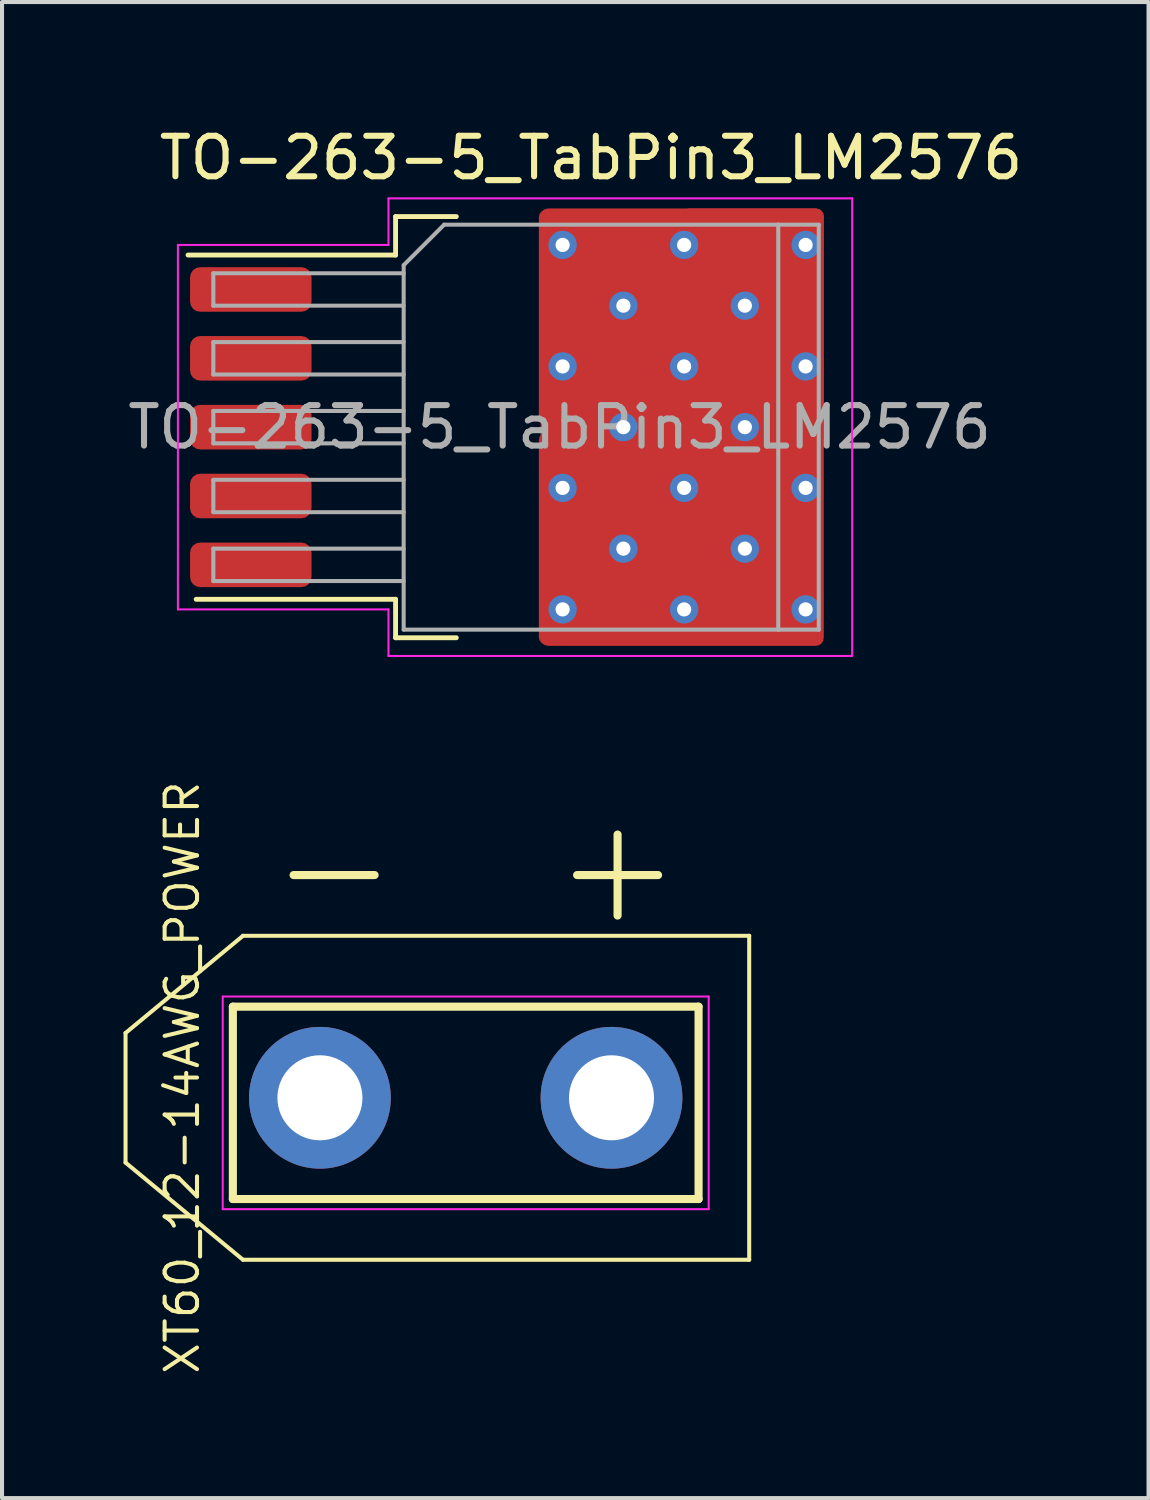
<source format=kicad_pcb>
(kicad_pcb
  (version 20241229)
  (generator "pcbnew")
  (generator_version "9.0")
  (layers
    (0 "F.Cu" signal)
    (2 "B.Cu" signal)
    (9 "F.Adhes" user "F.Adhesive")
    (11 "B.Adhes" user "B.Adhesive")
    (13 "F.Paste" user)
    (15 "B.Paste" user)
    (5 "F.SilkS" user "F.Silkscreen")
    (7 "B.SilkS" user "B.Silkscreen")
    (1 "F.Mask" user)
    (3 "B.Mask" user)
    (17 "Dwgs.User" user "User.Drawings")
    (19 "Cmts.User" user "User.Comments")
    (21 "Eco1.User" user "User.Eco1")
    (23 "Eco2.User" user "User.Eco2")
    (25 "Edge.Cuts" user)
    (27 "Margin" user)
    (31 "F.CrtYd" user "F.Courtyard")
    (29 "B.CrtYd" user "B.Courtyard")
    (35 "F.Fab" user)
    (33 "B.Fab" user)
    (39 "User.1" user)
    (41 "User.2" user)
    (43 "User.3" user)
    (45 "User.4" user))
  (footprint "XT60_12-14AWG_POWER"
    (layer "F.Cu")
    (at 8.45 24.058)
    (property "Reference" "XT60_12-14AWG_POWER" (at -7 -0.5 90) (layer "F.SilkS") (effects (font (size 0.8 0.8) (thickness 0.1))))
    (attr through_hole)
    (fp_line (start -8.4 -1.6) (end -8.4 1.6) (stroke (width 0.1) (type default)) (layer "F.SilkS"))
    (fp_line (start -5.75 2.5) (end -5.75 -2.25) (stroke (width 0.2) (type solid)) (layer "F.SilkS"))
    (fp_line (start -5.5 -4) (end -8.4 -1.6) (stroke (width 0.1) (type default)) (layer "F.SilkS"))
    (fp_line (start -5.5 4) (end -8.4 1.6) (stroke (width 0.1) (type default)) (layer "F.SilkS"))
    (fp_line (start -4.25 -5.5) (end -2.25 -5.5) (stroke (width 0.2) (type solid)) (layer "F.SilkS"))
    (fp_line (start 2.75 -5.5) (end 4.75 -5.5) (stroke (width 0.2) (type solid)) (layer "F.SilkS"))
    (fp_line (start 3.75 -6.5) (end 3.75 -4.5) (stroke (width 0.2) (type solid)) (layer "F.SilkS"))
    (fp_line (start 5.75 -2.25) (end -5.75 -2.25) (stroke (width 0.2) (type solid)) (layer "F.SilkS"))
    (fp_line (start 5.75 2.5) (end -5.75 2.5) (stroke (width 0.2) (type solid)) (layer "F.SilkS"))
    (fp_line (start 5.75 2.5) (end 5.75 -2.25) (stroke (width 0.2) (type solid)) (layer "F.SilkS"))
    (fp_line (start 7 -4) (end -5.5 -4) (stroke (width 0.1) (type default)) (layer "F.SilkS"))
    (fp_line (start 7 -4) (end 7 4) (stroke (width 0.1) (type default)) (layer "F.SilkS"))
    (fp_line (start 7 4) (end -5.5 4) (stroke (width 0.1) (type default)) (layer "F.SilkS"))
    (fp_line (start -6 -2.5) (end 6 -2.5) (stroke (width 0.05) (type default)) (layer "F.CrtYd"))
    (fp_line (start -6 2.75) (end -6 -2.5) (stroke (width 0.05) (type default)) (layer "F.CrtYd"))
    (fp_line (start 6 -2.5) (end 6 2.75) (stroke (width 0.05) (type default)) (layer "F.CrtYd"))
    (fp_line (start 6 2.75) (end -6 2.75) (stroke (width 0.05) (type default)) (layer "F.CrtYd"))
    (pad "1" thru_hole circle (at -3.6 0) (size 3.5 3.5) (drill 2.1) (layers "*.Cu" "*.Mask"))
    (pad "2" thru_hole circle (at 3.6 0) (size 3.5 3.5) (drill 2.1) (layers "*.Cu" "*.Mask")))
  (footprint "TO-263-5_TabPin3_LM2576"
    (layer "F.Cu")
    (at 11.543 7.498)
    (property "Reference" "TO-263-5_TabPin3_LM2576" (at 0 -6.65 0) (layer "F.SilkS") (effects (font (size 1 1) (thickness 0.15))))
    (attr smd)
    (fp_line (start -4.825 -5.2) (end -4.825 -4.25) (stroke (width 0.12) (type solid)) (layer "F.SilkS"))
    (fp_line (start -4.825 -4.25) (end -9.95 -4.25) (stroke (width 0.12) (type solid)) (layer "F.SilkS"))
    (fp_line (start -4.825 4.25) (end -9.75 4.25) (stroke (width 0.12) (type solid)) (layer "F.SilkS"))
    (fp_line (start -4.825 5.2) (end -4.825 4.25) (stroke (width 0.12) (type solid)) (layer "F.SilkS"))
    (fp_line (start -3.325 -5.2) (end -4.825 -5.2) (stroke (width 0.12) (type solid)) (layer "F.SilkS"))
    (fp_line (start -3.325 5.2) (end -4.825 5.2) (stroke (width 0.12) (type solid)) (layer "F.SilkS"))
    (fp_line (start -10.2 -4.5) (end -10.2 4.5) (stroke (width 0.05) (type solid)) (layer "F.CrtYd"))
    (fp_line (start -10.2 -4.5) (end -5 -4.5) (stroke (width 0.05) (type solid)) (layer "F.CrtYd"))
    (fp_line (start -10.2 4.5) (end -5 4.5) (stroke (width 0.05) (type solid)) (layer "F.CrtYd"))
    (fp_line (start -5 -5.65) (end -5 -4.5) (stroke (width 0.05) (type solid)) (layer "F.CrtYd"))
    (fp_line (start -5 5.65) (end -5 4.5) (stroke (width 0.05) (type solid)) (layer "F.CrtYd"))
    (fp_line (start 6.45 -5.65) (end -5 -5.65) (stroke (width 0.05) (type solid)) (layer "F.CrtYd"))
    (fp_line (start 6.45 5.65) (end -5 5.65) (stroke (width 0.05) (type solid)) (layer "F.CrtYd"))
    (fp_line (start 6.45 5.65) (end 6.45 -5.65) (stroke (width 0.05) (type solid)) (layer "F.CrtYd"))
    (fp_line (start -9.325 -3.8) (end -9.325 -3) (stroke (width 0.1) (type solid)) (layer "F.Fab"))
    (fp_line (start -9.325 -3) (end -4.625 -3) (stroke (width 0.1) (type solid)) (layer "F.Fab"))
    (fp_line (start -9.325 -2.1) (end -9.325 -1.3) (stroke (width 0.1) (type solid)) (layer "F.Fab"))
    (fp_line (start -9.325 -1.3) (end -4.625 -1.3) (stroke (width 0.1) (type solid)) (layer "F.Fab"))
    (fp_line (start -9.325 -0.4) (end -9.325 0.4) (stroke (width 0.1) (type solid)) (layer "F.Fab"))
    (fp_line (start -9.325 0.4) (end -4.625 0.4) (stroke (width 0.1) (type solid)) (layer "F.Fab"))
    (fp_line (start -9.325 1.3) (end -9.325 2.1) (stroke (width 0.1) (type solid)) (layer "F.Fab"))
    (fp_line (start -9.325 2.1) (end -4.625 2.1) (stroke (width 0.1) (type solid)) (layer "F.Fab"))
    (fp_line (start -9.325 3) (end -9.325 3.8) (stroke (width 0.1) (type solid)) (layer "F.Fab"))
    (fp_line (start -9.325 3.8) (end -4.625 3.8) (stroke (width 0.1) (type solid)) (layer "F.Fab"))
    (fp_line (start -4.625 -4) (end -3.625 -5) (stroke (width 0.1) (type solid)) (layer "F.Fab"))
    (fp_line (start -4.625 -3.8) (end -9.325 -3.8) (stroke (width 0.1) (type solid)) (layer "F.Fab"))
    (fp_line (start -4.625 -2.1) (end -9.325 -2.1) (stroke (width 0.1) (type solid)) (layer "F.Fab"))
    (fp_line (start -4.625 -0.4) (end -9.325 -0.4) (stroke (width 0.1) (type solid)) (layer "F.Fab"))
    (fp_line (start -4.625 1.3) (end -9.325 1.3) (stroke (width 0.1) (type solid)) (layer "F.Fab"))
    (fp_line (start -4.625 3) (end -9.325 3) (stroke (width 0.1) (type solid)) (layer "F.Fab"))
    (fp_line (start -4.625 5) (end -4.625 -4) (stroke (width 0.1) (type solid)) (layer "F.Fab"))
    (fp_line (start -3.625 -5) (end 4.625 -5) (stroke (width 0.1) (type solid)) (layer "F.Fab"))
    (fp_line (start 4.625 -5) (end 4.625 5) (stroke (width 0.1) (type solid)) (layer "F.Fab"))
    (fp_line (start 4.625 -5) (end 5.625 -5) (stroke (width 0.1) (type solid)) (layer "F.Fab"))
    (fp_line (start 4.625 5) (end -4.625 5) (stroke (width 0.1) (type solid)) (layer "F.Fab"))
    (fp_line (start 5.625 -5) (end 5.625 5) (stroke (width 0.1) (type solid)) (layer "F.Fab"))
    (fp_line (start 5.625 5) (end 4.625 5) (stroke (width 0.1) (type solid)) (layer "F.Fab"))
    (fp_text user "${REFERENCE}" (at -0.775 0 0) (layer "F.Fab") (effects (font (size 1 1) (thickness 0.15))))
    (pad "1" smd roundrect (at -8.4 -3.4) (size 3 1.1) (layers "F.Cu" "F.Mask" "F.Paste") (roundrect_rratio 0.227))
    (pad "2" smd roundrect (at -8.4 -1.7) (size 3 1.1) (layers "F.Cu" "F.Mask" "F.Paste") (roundrect_rratio 0.227))
    (pad "3" smd roundrect (at -8.4 0) (size 3 1.1) (layers "F.Cu" "F.Mask" "F.Paste") (roundrect_rratio 0.227))
    (pad "3" thru_hole circle (at -0.7 -4.5) (size 0.7 0.7) (drill 0.35) (layers "*.Cu" "*.Mask"))
    (pad "3" thru_hole circle (at -0.7 -1.5) (size 0.7 0.7) (drill 0.35) (layers "*.Cu" "*.Mask"))
    (pad "3" thru_hole circle (at -0.7 1.5) (size 0.7 0.7) (drill 0.35) (layers "*.Cu" "*.Mask"))
    (pad "3" thru_hole circle (at -0.7 4.5) (size 0.7 0.7) (drill 0.35) (layers "*.Cu" "*.Mask"))
    (pad "3" smd roundrect (at 0.475 -2.75) (size 3.525 5.25) (layers "F.Cu" "F.Paste") (roundrect_rratio 0.055))
    (pad "3" smd roundrect (at 0.475 2.75) (size 3.525 5.25) (layers "F.Cu" "F.Paste") (roundrect_rratio 0.055))
    (pad "3" thru_hole circle (at 0.8 -3) (size 0.7 0.7) (drill 0.35) (layers "*.Cu" "*.Mask"))
    (pad "3" thru_hole circle (at 0.8 0) (size 0.7 0.7) (drill 0.35) (layers "*.Cu" "*.Mask"))
    (pad "3" thru_hole circle (at 0.8 3) (size 0.7 0.7) (drill 0.35) (layers "*.Cu" "*.Mask"))
    (pad "3" smd roundrect (at 2.25 0) (size 6.99 10.8) (layers "F.Cu" "F.Mask") (roundrect_rratio 0.027))
    (pad "3" thru_hole circle (at 2.3 -4.5) (size 0.7 0.7) (drill 0.35) (layers "*.Cu" "*.Mask"))
    (pad "3" thru_hole circle (at 2.3 -1.5) (size 0.7 0.7) (drill 0.35) (layers "*.Cu" "*.Mask"))
    (pad "3" thru_hole circle (at 2.3 1.5) (size 0.7 0.7) (drill 0.35) (layers "*.Cu" "*.Mask"))
    (pad "3" thru_hole circle (at 2.3 4.5) (size 0.7 0.7) (drill 0.35) (layers "*.Cu" "*.Mask"))
    (pad "3" thru_hole circle (at 3.8 -3) (size 0.7 0.7) (drill 0.35) (layers "*.Cu" "*.Mask"))
    (pad "3" thru_hole circle (at 3.8 0) (size 0.7 0.7) (drill 0.35) (layers "*.Cu" "*.Mask"))
    (pad "3" thru_hole circle (at 3.8 3) (size 0.7 0.7) (drill 0.35) (layers "*.Cu" "*.Mask"))
    (pad "3" smd roundrect (at 3.975 2.75) (size 3.525 5.25) (layers "F.Cu" "F.Paste") (roundrect_rratio 0.055))
    (pad "3" smd roundrect (at 3.987 -2.775) (size 3.525 5.25) (layers "F.Cu" "F.Paste") (roundrect_rratio 0.055))
    (pad "3" thru_hole circle (at 5.3 -4.5) (size 0.7 0.7) (drill 0.35) (layers "*.Cu" "*.Mask"))
    (pad "3" thru_hole circle (at 5.3 -1.5) (size 0.7 0.7) (drill 0.35) (layers "*.Cu" "*.Mask"))
    (pad "3" thru_hole circle (at 5.3 1.5) (size 0.7 0.7) (drill 0.35) (layers "*.Cu" "*.Mask"))
    (pad "3" thru_hole circle (at 5.3 4.5) (size 0.7 0.7) (drill 0.35) (layers "*.Cu" "*.Mask"))
    (pad "4" smd roundrect (at -8.4 1.7) (size 3 1.1) (layers "F.Cu" "F.Mask" "F.Paste") (roundrect_rratio 0.227))
    (pad "5" smd roundrect (at -8.4 3.4) (size 3 1.1) (layers "F.Cu" "F.Mask" "F.Paste") (roundrect_rratio 0.227)))
  (gr_rect
    (start -3 -3)
    (end 25.311 33.942)
    (stroke (width 0.1) (type default))
    (fill no)
    (layer "Edge.Cuts")))
</source>
